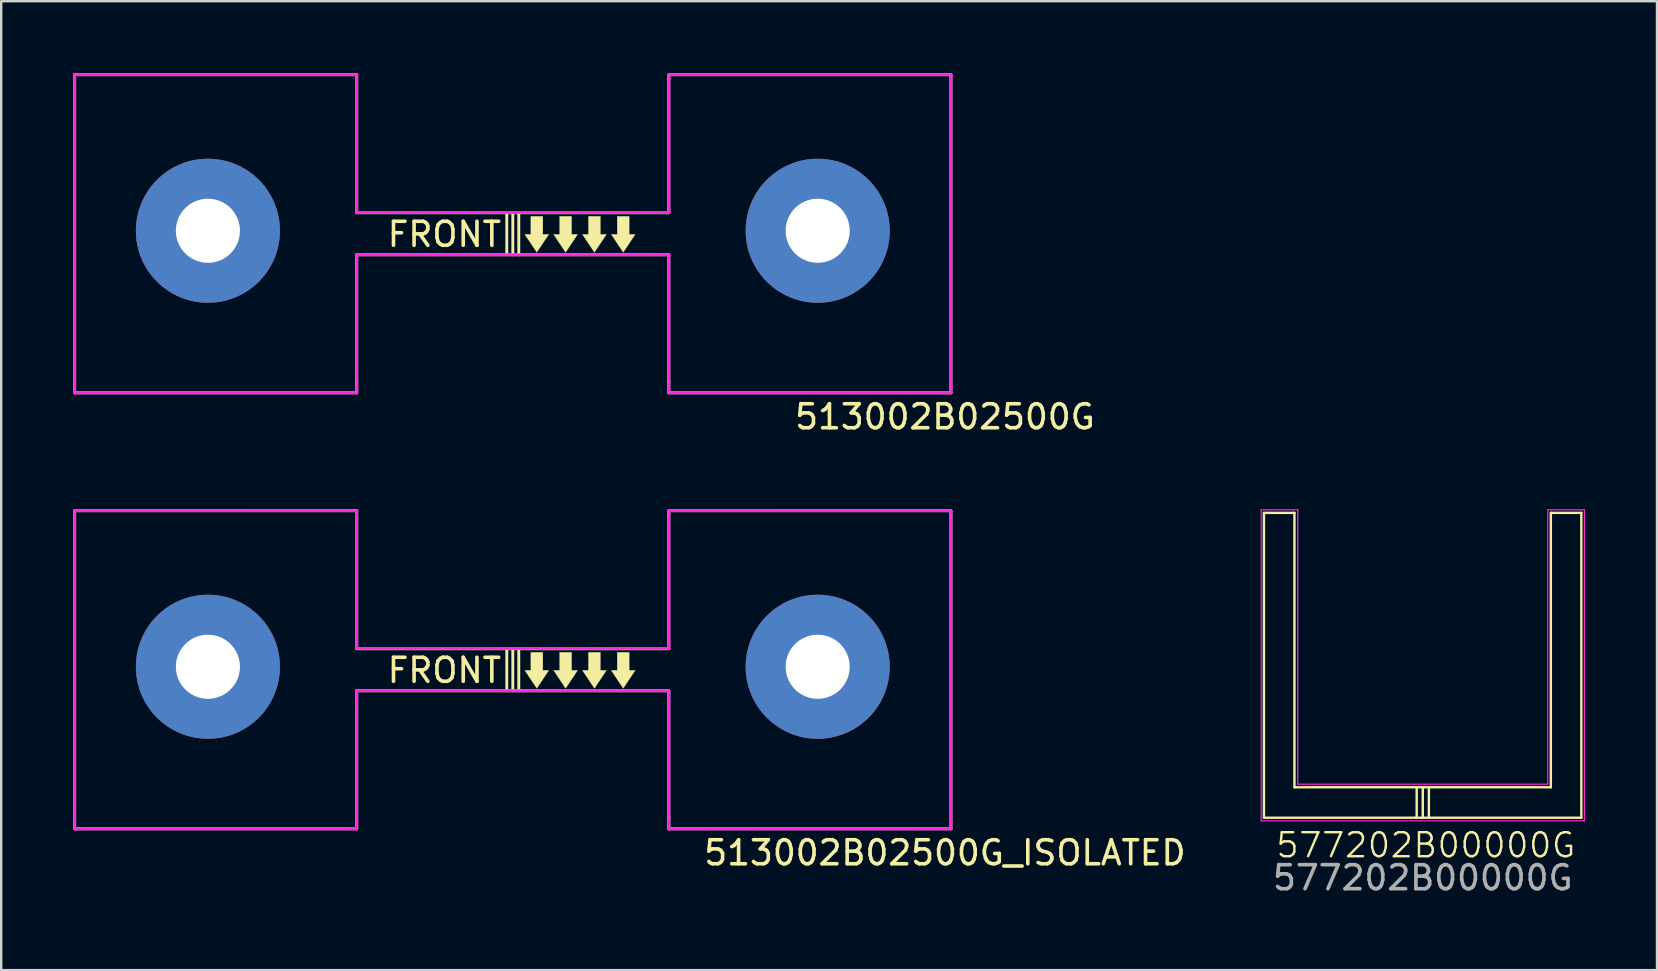
<source format=kicad_pcb>
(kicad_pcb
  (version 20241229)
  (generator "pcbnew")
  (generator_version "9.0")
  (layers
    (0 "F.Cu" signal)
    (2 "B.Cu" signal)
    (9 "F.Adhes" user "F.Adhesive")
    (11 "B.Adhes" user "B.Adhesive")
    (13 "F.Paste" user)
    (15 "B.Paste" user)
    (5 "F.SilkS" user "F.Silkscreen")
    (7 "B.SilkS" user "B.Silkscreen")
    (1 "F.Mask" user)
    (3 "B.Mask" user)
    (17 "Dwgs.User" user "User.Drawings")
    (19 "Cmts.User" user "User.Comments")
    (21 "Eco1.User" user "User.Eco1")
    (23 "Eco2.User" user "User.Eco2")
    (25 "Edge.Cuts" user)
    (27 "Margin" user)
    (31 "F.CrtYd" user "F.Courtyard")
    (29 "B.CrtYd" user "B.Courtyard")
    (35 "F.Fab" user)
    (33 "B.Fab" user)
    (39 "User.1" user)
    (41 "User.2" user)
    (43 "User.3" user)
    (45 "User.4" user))
  (footprint "513002B02500G"
    (layer "F.Cu")
    (at 18.31 6.562)
    (property "Reference" "513002B02500G" (at 18 7.75 0) (layer "F.SilkS") (effects (font (size 1 1) (thickness 0.15))))
    (attr through_hole)
    (fp_line (start -18.25 -6.5) (end -6.5 -6.5) (stroke (width 0.12) (type solid)) (layer "F.SilkS"))
    (fp_line (start -18.25 6.75) (end -18.25 -6.5) (stroke (width 0.12) (type solid)) (layer "F.SilkS"))
    (fp_line (start -6.5 -0.75) (end -6.5 -6.5) (stroke (width 0.12) (type solid)) (layer "F.SilkS"))
    (fp_line (start -6.5 1) (end -6.5 6.32) (stroke (width 0.12) (type solid)) (layer "F.SilkS"))
    (fp_line (start -6.5 1) (end 6.5 1) (stroke (width 0.12) (type solid)) (layer "F.SilkS"))
    (fp_line (start -6.5 6.32) (end -6.5 6.75) (stroke (width 0.12) (type solid)) (layer "F.SilkS"))
    (fp_line (start -6.5 6.75) (end -18.25 6.75) (stroke (width 0.12) (type solid)) (layer "F.SilkS"))
    (fp_line (start -0.25 -0.75) (end -0.25 1) (stroke (width 0.12) (type solid)) (layer "F.SilkS"))
    (fp_line (start 0 -0.75) (end 0 1) (stroke (width 0.12) (type solid)) (layer "F.SilkS"))
    (fp_line (start 0.25 -0.75) (end 0.25 1) (stroke (width 0.12) (type solid)) (layer "F.SilkS"))
    (fp_line (start 6.5 -6.5) (end 18.25 -6.5) (stroke (width 0.12) (type solid)) (layer "F.SilkS"))
    (fp_line (start 6.5 -6.32) (end 6.5 -6.5) (stroke (width 0.12) (type solid)) (layer "F.SilkS"))
    (fp_line (start 6.5 -0.75) (end -6.5 -0.75) (stroke (width 0.12) (type solid)) (layer "F.SilkS"))
    (fp_line (start 6.5 -0.75) (end 6.5 -6.32) (stroke (width 0.12) (type solid)) (layer "F.SilkS"))
    (fp_line (start 6.5 1) (end 6.5 6.32) (stroke (width 0.12) (type solid)) (layer "F.SilkS"))
    (fp_line (start 6.5 6.75) (end 6.5 6.25) (stroke (width 0.12) (type solid)) (layer "F.SilkS"))
    (fp_line (start 18.25 -6.5) (end 18.25 6.75) (stroke (width 0.12) (type solid)) (layer "F.SilkS"))
    (fp_line (start 18.25 6.75) (end 6.5 6.75) (stroke (width 0.12) (type solid)) (layer "F.SilkS"))
    (fp_poly (pts (xy 1.25 0.15) (xy 1.5 0.15) (xy 1 0.9) (xy 0.5 0.15) (xy 0.75 0.15) (xy 0.75 -0.6) (xy 1.25 -0.6)) (stroke (width 0.01) (type solid)) (fill yes) (layer "F.SilkS"))
    (fp_poly (pts (xy 2.45 0.15) (xy 2.7 0.15) (xy 2.2 0.9) (xy 1.7 0.15) (xy 1.95 0.15) (xy 1.95 -0.6) (xy 2.45 -0.6)) (stroke (width 0.01) (type solid)) (fill yes) (layer "F.SilkS"))
    (fp_poly (pts (xy 3.65 0.15) (xy 3.9 0.15) (xy 3.4 0.9) (xy 2.9 0.15) (xy 3.15 0.15) (xy 3.15 -0.6) (xy 3.65 -0.6)) (stroke (width 0.01) (type solid)) (fill yes) (layer "F.SilkS"))
    (fp_poly (pts (xy 4.85 0.15) (xy 5.1 0.15) (xy 4.6 0.9) (xy 4.1 0.15) (xy 4.35 0.15) (xy 4.35 -0.6) (xy 4.85 -0.6)) (stroke (width 0.01) (type solid)) (fill yes) (layer "F.SilkS"))
    (fp_line (start -18.25 -6.5) (end -6.502 -6.502) (stroke (width 0.12) (type solid)) (layer "F.CrtYd"))
    (fp_line (start -18.25 6.75) (end -18.25 -6.5) (stroke (width 0.12) (type solid)) (layer "F.CrtYd"))
    (fp_line (start -6.502 -6.502) (end -6.502 -0.762) (stroke (width 0.12) (type solid)) (layer "F.CrtYd"))
    (fp_line (start -6.502 -0.762) (end 6.502 -0.762) (stroke (width 0.12) (type solid)) (layer "F.CrtYd"))
    (fp_line (start -6.5 1) (end -6.5 6.75) (stroke (width 0.12) (type solid)) (layer "F.CrtYd"))
    (fp_line (start -6.5 6.75) (end -18.25 6.75) (stroke (width 0.12) (type solid)) (layer "F.CrtYd"))
    (fp_line (start 6.5 1) (end -6.5 1) (stroke (width 0.12) (type solid)) (layer "F.CrtYd"))
    (fp_line (start 6.5 6.75) (end 6.5 1) (stroke (width 0.12) (type solid)) (layer "F.CrtYd"))
    (fp_line (start 6.502 -6.502) (end 18.25 -6.5) (stroke (width 0.12) (type solid)) (layer "F.CrtYd"))
    (fp_line (start 6.502 -0.762) (end 6.502 -6.502) (stroke (width 0.12) (type solid)) (layer "F.CrtYd"))
    (fp_line (start 18.25 -6.5) (end 18.25 6.75) (stroke (width 0.12) (type solid)) (layer "F.CrtYd"))
    (fp_line (start 18.25 6.75) (end 6.5 6.75) (stroke (width 0.12) (type solid)) (layer "F.CrtYd"))
    (fp_text user "FRONT" (at -2.85 0.15 0) (layer "F.SilkS") (effects (font (size 1 1) (thickness 0.15))))
    (pad "1" thru_hole circle (at -12.7 0) (size 6 6) (drill 2.67) (layers "*.Cu" "*.Mask"))
    (pad "1" thru_hole circle (at 12.7 0) (size 6 6) (drill 2.67) (layers "*.Cu" "*.Mask")))
  (footprint "577202B00000G"
    (layer "F.Cu")
    (at 56.215 31.013)
    (property "Reference" "577202B00000G" (at 0.127 1.143 0) (unlocked yes) (layer "F.SilkS") (effects (font (size 1 1) (thickness 0.1))))
    (attr smd)
    (fp_line (start -6.616 -12.7) (end -6.616 0) (stroke (width 0.1) (type default)) (layer "F.SilkS"))
    (fp_line (start -6.616 -12.7) (end -5.346 -12.7) (stroke (width 0.1) (type default)) (layer "F.SilkS"))
    (fp_line (start -5.346 -12.7) (end -5.346 -1.27) (stroke (width 0.1) (type default)) (layer "F.SilkS"))
    (fp_line (start -0.254 -1.27) (end -0.254 0) (stroke (width 0.1) (type default)) (layer "F.SilkS"))
    (fp_line (start -0.006 -1.27) (end -5.346 -1.27) (stroke (width 0.1) (type default)) (layer "F.SilkS"))
    (fp_line (start 0 -1.27) (end 0 0) (stroke (width 0.1) (type default)) (layer "F.SilkS"))
    (fp_line (start 0 0) (end -6.616 0) (stroke (width 0.1) (type default)) (layer "F.SilkS"))
    (fp_line (start 0.254 -1.27) (end 0.254 0) (stroke (width 0.1) (type default)) (layer "F.SilkS"))
    (fp_line (start 5.334 -12.7) (end 5.334 -1.27) (stroke (width 0.1) (type default)) (layer "F.SilkS"))
    (fp_line (start 5.334 -12.7) (end 6.604 -12.7) (stroke (width 0.1) (type default)) (layer "F.SilkS"))
    (fp_line (start 5.334 -1.27) (end -0.006 -1.27) (stroke (width 0.1) (type default)) (layer "F.SilkS"))
    (fp_line (start 6.604 -12.7) (end 6.604 0) (stroke (width 0.1) (type default)) (layer "F.SilkS"))
    (fp_line (start 6.604 0) (end 0 0) (stroke (width 0.1) (type default)) (layer "F.SilkS"))
    (fp_line (start -6.731 -12.827) (end -5.207 -12.827) (stroke (width 0.05) (type default)) (layer "F.CrtYd"))
    (fp_line (start -6.731 0.127) (end -6.731 -12.827) (stroke (width 0.05) (type default)) (layer "F.CrtYd"))
    (fp_line (start -5.207 -12.827) (end -5.207 -1.397) (stroke (width 0.05) (type default)) (layer "F.CrtYd"))
    (fp_line (start -5.207 -1.397) (end 5.207 -1.397) (stroke (width 0.05) (type default)) (layer "F.CrtYd"))
    (fp_line (start 5.207 -12.827) (end 6.731 -12.827) (stroke (width 0.05) (type default)) (layer "F.CrtYd"))
    (fp_line (start 5.207 -1.397) (end 5.207 -12.827) (stroke (width 0.05) (type default)) (layer "F.CrtYd"))
    (fp_line (start 6.731 -12.827) (end 6.731 0.127) (stroke (width 0.05) (type default)) (layer "F.CrtYd"))
    (fp_line (start 6.731 0.127) (end -6.731 0.127) (stroke (width 0.05) (type default)) (layer "F.CrtYd"))
    (fp_text user "${REFERENCE}" (at 0 2.5 0) (unlocked yes) (layer "F.Fab") (effects (font (size 1 1) (thickness 0.15)))))
  (footprint "513002B02500G_ISOLATED"
    (layer "F.Cu")
    (at 18.31 24.723)
    (property "Reference" "513002B02500G_ISOLATED" (at 18 7.75 0) (layer "F.SilkS") (effects (font (size 1 1) (thickness 0.15))))
    (attr through_hole)
    (fp_line (start -18.25 -6.5) (end -6.5 -6.5) (stroke (width 0.12) (type solid)) (layer "F.SilkS"))
    (fp_line (start -18.25 6.75) (end -18.25 -6.5) (stroke (width 0.12) (type solid)) (layer "F.SilkS"))
    (fp_line (start -6.5 -0.75) (end -6.5 -6.5) (stroke (width 0.12) (type solid)) (layer "F.SilkS"))
    (fp_line (start -6.5 1) (end -6.5 6.32) (stroke (width 0.12) (type solid)) (layer "F.SilkS"))
    (fp_line (start -6.5 1) (end 6.5 1) (stroke (width 0.12) (type solid)) (layer "F.SilkS"))
    (fp_line (start -6.5 6.32) (end -6.5 6.75) (stroke (width 0.12) (type solid)) (layer "F.SilkS"))
    (fp_line (start -6.5 6.75) (end -18.25 6.75) (stroke (width 0.12) (type solid)) (layer "F.SilkS"))
    (fp_line (start -0.25 -0.75) (end -0.25 1) (stroke (width 0.12) (type solid)) (layer "F.SilkS"))
    (fp_line (start 0 -0.75) (end 0 1) (stroke (width 0.12) (type solid)) (layer "F.SilkS"))
    (fp_line (start 0.25 -0.75) (end 0.25 1) (stroke (width 0.12) (type solid)) (layer "F.SilkS"))
    (fp_line (start 6.5 -6.5) (end 18.25 -6.5) (stroke (width 0.12) (type solid)) (layer "F.SilkS"))
    (fp_line (start 6.5 -6.32) (end 6.5 -6.5) (stroke (width 0.12) (type solid)) (layer "F.SilkS"))
    (fp_line (start 6.5 -0.75) (end -6.5 -0.75) (stroke (width 0.12) (type solid)) (layer "F.SilkS"))
    (fp_line (start 6.5 -0.75) (end 6.5 -6.32) (stroke (width 0.12) (type solid)) (layer "F.SilkS"))
    (fp_line (start 6.5 1) (end 6.5 6.32) (stroke (width 0.12) (type solid)) (layer "F.SilkS"))
    (fp_line (start 6.5 6.75) (end 6.5 6.25) (stroke (width 0.12) (type solid)) (layer "F.SilkS"))
    (fp_line (start 18.25 -6.5) (end 18.25 6.75) (stroke (width 0.12) (type solid)) (layer "F.SilkS"))
    (fp_line (start 18.25 6.75) (end 6.5 6.75) (stroke (width 0.12) (type solid)) (layer "F.SilkS"))
    (fp_poly (pts (xy 1.25 0.15) (xy 1.5 0.15) (xy 1 0.9) (xy 0.5 0.15) (xy 0.75 0.15) (xy 0.75 -0.6) (xy 1.25 -0.6)) (stroke (width 0.01) (type solid)) (fill yes) (layer "F.SilkS"))
    (fp_poly (pts (xy 2.45 0.15) (xy 2.7 0.15) (xy 2.2 0.9) (xy 1.7 0.15) (xy 1.95 0.15) (xy 1.95 -0.6) (xy 2.45 -0.6)) (stroke (width 0.01) (type solid)) (fill yes) (layer "F.SilkS"))
    (fp_poly (pts (xy 3.65 0.15) (xy 3.9 0.15) (xy 3.4 0.9) (xy 2.9 0.15) (xy 3.15 0.15) (xy 3.15 -0.6) (xy 3.65 -0.6)) (stroke (width 0.01) (type solid)) (fill yes) (layer "F.SilkS"))
    (fp_poly (pts (xy 4.85 0.15) (xy 5.1 0.15) (xy 4.6 0.9) (xy 4.1 0.15) (xy 4.35 0.15) (xy 4.35 -0.6) (xy 4.85 -0.6)) (stroke (width 0.01) (type solid)) (fill yes) (layer "F.SilkS"))
    (fp_line (start -18.25 -6.5) (end -6.502 -6.502) (stroke (width 0.12) (type solid)) (layer "F.CrtYd"))
    (fp_line (start -18.25 6.75) (end -18.25 -6.5) (stroke (width 0.12) (type solid)) (layer "F.CrtYd"))
    (fp_line (start -6.502 -6.502) (end -6.502 -0.762) (stroke (width 0.12) (type solid)) (layer "F.CrtYd"))
    (fp_line (start -6.502 -0.762) (end 6.502 -0.762) (stroke (width 0.12) (type solid)) (layer "F.CrtYd"))
    (fp_line (start -6.5 1) (end -6.5 6.75) (stroke (width 0.12) (type solid)) (layer "F.CrtYd"))
    (fp_line (start -6.5 6.75) (end -18.25 6.75) (stroke (width 0.12) (type solid)) (layer "F.CrtYd"))
    (fp_line (start 6.5 1) (end -6.5 1) (stroke (width 0.12) (type solid)) (layer "F.CrtYd"))
    (fp_line (start 6.5 6.75) (end 6.5 1) (stroke (width 0.12) (type solid)) (layer "F.CrtYd"))
    (fp_line (start 6.502 -6.502) (end 18.25 -6.5) (stroke (width 0.12) (type solid)) (layer "F.CrtYd"))
    (fp_line (start 6.502 -0.762) (end 6.502 -6.502) (stroke (width 0.12) (type solid)) (layer "F.CrtYd"))
    (fp_line (start 18.25 -6.5) (end 18.25 6.75) (stroke (width 0.12) (type solid)) (layer "F.CrtYd"))
    (fp_line (start 18.25 6.75) (end 6.5 6.75) (stroke (width 0.12) (type solid)) (layer "F.CrtYd"))
    (fp_text user "FRONT" (at -2.85 0.15 0) (layer "F.SilkS") (effects (font (size 1 1) (thickness 0.15))))
    (pad "" thru_hole circle (at -12.7 0) (size 6 6) (drill 2.67) (layers "*.Cu" "*.Mask"))
    (pad "" thru_hole circle (at 12.7 0) (size 6 6) (drill 2.67) (layers "*.Cu" "*.Mask")))
  (gr_rect
    (start -3 -3)
    (end 65.971 37.361)
    (stroke (width 0.1) (type default))
    (fill no)
    (layer "Edge.Cuts")))
</source>
